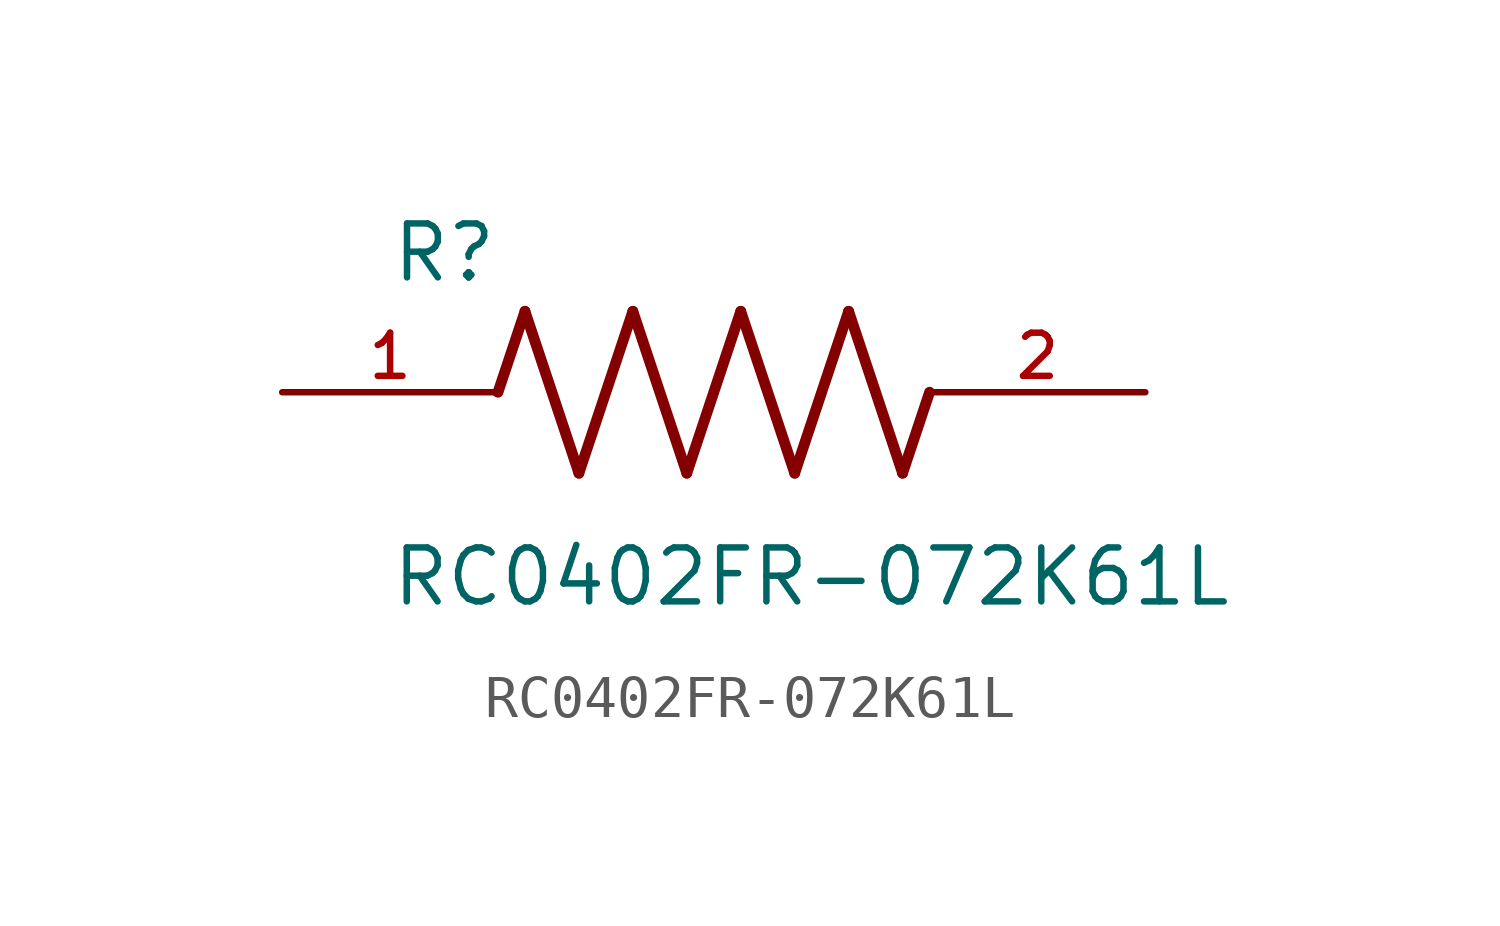
<source format=kicad_sym>
(kicad_symbol_lib
  (version 20211014)
  (generator kicad_symbol_editor)
  (symbol "RC0402FR-072K61L"
    (pin_names
      (offset 1.016))
    (property "Reference" "R"
      (at -7.624 2.541 0)
      (effects (font (size 1.27 1.27)) (justify bottom left)))
    (property "Value" "RC0402FR-072K61L"
      (at -7.63 -5.087 0)
      (effects (font (size 1.27 1.27)) (justify bottom left)))
    (symbol "RC0402FR-072K61L_0_0"
      (polyline (pts (xy -5.08 0.0) (xy -4.445 1.905)) (stroke (width 0.254)))
      (polyline (pts (xy -4.445 1.905) (xy -3.175 -1.905)) (stroke (width 0.254)))
      (polyline (pts (xy -3.175 -1.905) (xy -1.905 1.905)) (stroke (width 0.254)))
      (polyline (pts (xy -1.905 1.905) (xy -0.635 -1.905)) (stroke (width 0.254)))
      (polyline (pts (xy -0.635 -1.905) (xy 0.635 1.905)) (stroke (width 0.254)))
      (polyline (pts (xy 0.635 1.905) (xy 1.905 -1.905)) (stroke (width 0.254)))
      (polyline (pts (xy 1.905 -1.905) (xy 3.175 1.905)) (stroke (width 0.254)))
      (polyline (pts (xy 3.175 1.905) (xy 4.445 -1.905)) (stroke (width 0.254)))
      (polyline (pts (xy 4.445 -1.905) (xy 5.08 0.0)) (stroke (width 0.254)))
      (pin passive line (at -10.16 0.0 0) (length 5.08) (name "~" (effects (font (size 1.016 1.016)))) (number "1" (effects (font (size 1.016 1.016)))))
      (pin passive line (at 10.16 0.0 180.0) (length 5.08) (name "~" (effects (font (size 1.016 1.016)))) (number "2" (effects (font (size 1.016 1.016))))))))
</source>
